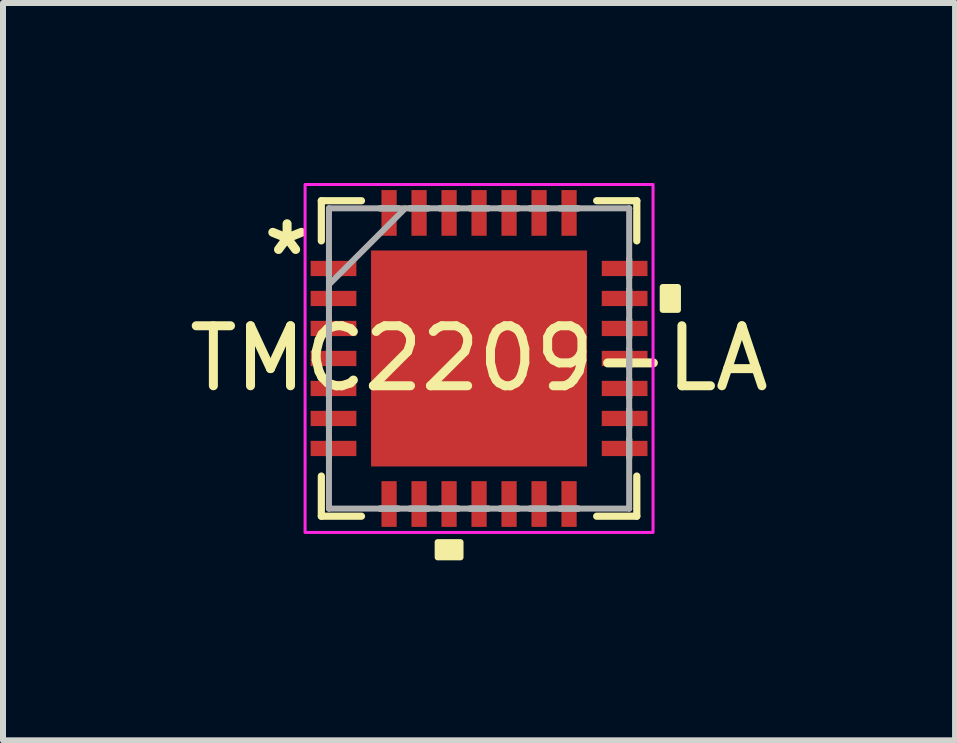
<source format=kicad_pcb>
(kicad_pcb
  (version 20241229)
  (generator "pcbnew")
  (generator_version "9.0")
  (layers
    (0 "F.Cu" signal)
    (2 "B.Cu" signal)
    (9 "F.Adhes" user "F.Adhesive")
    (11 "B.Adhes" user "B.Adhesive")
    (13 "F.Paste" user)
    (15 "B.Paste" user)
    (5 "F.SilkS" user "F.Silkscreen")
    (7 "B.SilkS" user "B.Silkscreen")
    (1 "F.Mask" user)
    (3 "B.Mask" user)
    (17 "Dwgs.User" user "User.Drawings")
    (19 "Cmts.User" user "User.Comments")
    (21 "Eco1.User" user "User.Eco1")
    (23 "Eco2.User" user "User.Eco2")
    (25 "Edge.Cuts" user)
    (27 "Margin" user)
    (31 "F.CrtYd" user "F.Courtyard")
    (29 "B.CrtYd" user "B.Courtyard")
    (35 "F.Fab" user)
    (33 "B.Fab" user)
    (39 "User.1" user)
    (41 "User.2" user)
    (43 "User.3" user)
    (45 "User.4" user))
  (footprint "TMC2209-LA"
    (layer "F.Cu")
    (at 4.935 2.925)
    (property "Reference" "TMC2209-LA" (at 0 0 0) (layer "F.SilkS") (effects (font (size 1 1) (thickness 0.15))))
    (attr smd)
    (fp_line (start -2.629 -2.629) (end -2.629 -1.96) (stroke (width 0.12) (type solid)) (layer "F.SilkS"))
    (fp_line (start -2.629 1.96) (end -2.629 2.629) (stroke (width 0.12) (type solid)) (layer "F.SilkS"))
    (fp_line (start -2.629 2.629) (end -1.96 2.629) (stroke (width 0.12) (type solid)) (layer "F.SilkS"))
    (fp_line (start -1.96 -2.629) (end -2.629 -2.629) (stroke (width 0.12) (type solid)) (layer "F.SilkS"))
    (fp_line (start 1.96 2.629) (end 2.629 2.629) (stroke (width 0.12) (type solid)) (layer "F.SilkS"))
    (fp_line (start 2.629 -2.629) (end 1.96 -2.629) (stroke (width 0.12) (type solid)) (layer "F.SilkS"))
    (fp_line (start 2.629 -1.96) (end 2.629 -2.629) (stroke (width 0.12) (type solid)) (layer "F.SilkS"))
    (fp_line (start 2.629 2.629) (end 2.629 1.96) (stroke (width 0.12) (type solid)) (layer "F.SilkS"))
    (fp_poly (pts (xy -0.69 3.061) (xy -0.69 3.315) (xy -0.309 3.315) (xy -0.309 3.061)) (stroke (width 0.1) (type solid)) (fill yes) (layer "F.SilkS"))
    (fp_poly (pts (xy 3.315 -1.191) (xy 3.315 -0.81) (xy 3.061 -0.81) (xy 3.061 -1.191)) (stroke (width 0.1) (type solid)) (fill yes) (layer "F.SilkS"))
    (fp_rect (start -1.5 -1.5) (end -0.7 -0.7) (stroke (width 0.12) (type solid)) (fill yes) (layer "F.Paste"))
    (fp_rect (start -1.5 -0.4) (end -0.7 0.4) (stroke (width 0.12) (type solid)) (fill yes) (layer "F.Paste"))
    (fp_rect (start -1.5 0.7) (end -0.7 1.5) (stroke (width 0.12) (type solid)) (fill yes) (layer "F.Paste"))
    (fp_rect (start -0.4 -1.5) (end 0.4 -0.7) (stroke (width 0.12) (type solid)) (fill yes) (layer "F.Paste"))
    (fp_rect (start -0.4 -0.4) (end 0.4 0.4) (stroke (width 0.12) (type solid)) (fill yes) (layer "F.Paste"))
    (fp_rect (start -0.4 0.7) (end 0.4 1.5) (stroke (width 0.12) (type solid)) (fill yes) (layer "F.Paste"))
    (fp_rect (start 0.7 -1.5) (end 1.5 -0.7) (stroke (width 0.12) (type solid)) (fill yes) (layer "F.Paste"))
    (fp_rect (start 0.7 -0.4) (end 1.5 0.4) (stroke (width 0.12) (type solid)) (fill yes) (layer "F.Paste"))
    (fp_rect (start 0.7 0.7) (end 1.5 1.5) (stroke (width 0.12) (type solid)) (fill yes) (layer "F.Paste"))
    (fp_rect (start -2.9 -2.9) (end 2.9 2.9) (stroke (width 0.05) (type solid)) (fill no) (layer "F.CrtYd"))
    (fp_line (start -2.502 -2.502) (end -2.502 -2.502) (stroke (width 0.1) (type solid)) (layer "F.Fab"))
    (fp_line (start -2.502 -2.502) (end -2.502 2.502) (stroke (width 0.1) (type solid)) (layer "F.Fab"))
    (fp_line (start -2.502 -1.652) (end -2.502 -1.652) (stroke (width 0.1) (type solid)) (layer "F.Fab"))
    (fp_line (start -2.502 -1.652) (end -2.502 -1.348) (stroke (width 0.1) (type solid)) (layer "F.Fab"))
    (fp_line (start -2.502 -1.348) (end -2.502 -1.652) (stroke (width 0.1) (type solid)) (layer "F.Fab"))
    (fp_line (start -2.502 -1.348) (end -2.502 -1.348) (stroke (width 0.1) (type solid)) (layer "F.Fab"))
    (fp_line (start -2.502 -1.232) (end -1.232 -2.502) (stroke (width 0.1) (type solid)) (layer "F.Fab"))
    (fp_line (start -2.502 -1.152) (end -2.502 -1.152) (stroke (width 0.1) (type solid)) (layer "F.Fab"))
    (fp_line (start -2.502 -1.152) (end -2.502 -0.848) (stroke (width 0.1) (type solid)) (layer "F.Fab"))
    (fp_line (start -2.502 -0.848) (end -2.502 -1.152) (stroke (width 0.1) (type solid)) (layer "F.Fab"))
    (fp_line (start -2.502 -0.848) (end -2.502 -0.848) (stroke (width 0.1) (type solid)) (layer "F.Fab"))
    (fp_line (start -2.502 -0.652) (end -2.502 -0.652) (stroke (width 0.1) (type solid)) (layer "F.Fab"))
    (fp_line (start -2.502 -0.652) (end -2.502 -0.348) (stroke (width 0.1) (type solid)) (layer "F.Fab"))
    (fp_line (start -2.502 -0.348) (end -2.502 -0.652) (stroke (width 0.1) (type solid)) (layer "F.Fab"))
    (fp_line (start -2.502 -0.348) (end -2.502 -0.348) (stroke (width 0.1) (type solid)) (layer "F.Fab"))
    (fp_line (start -2.502 -0.152) (end -2.502 -0.152) (stroke (width 0.1) (type solid)) (layer "F.Fab"))
    (fp_line (start -2.502 -0.152) (end -2.502 0.152) (stroke (width 0.1) (type solid)) (layer "F.Fab"))
    (fp_line (start -2.502 0.152) (end -2.502 -0.152) (stroke (width 0.1) (type solid)) (layer "F.Fab"))
    (fp_line (start -2.502 0.152) (end -2.502 0.152) (stroke (width 0.1) (type solid)) (layer "F.Fab"))
    (fp_line (start -2.502 0.348) (end -2.502 0.348) (stroke (width 0.1) (type solid)) (layer "F.Fab"))
    (fp_line (start -2.502 0.348) (end -2.502 0.652) (stroke (width 0.1) (type solid)) (layer "F.Fab"))
    (fp_line (start -2.502 0.652) (end -2.502 0.348) (stroke (width 0.1) (type solid)) (layer "F.Fab"))
    (fp_line (start -2.502 0.652) (end -2.502 0.652) (stroke (width 0.1) (type solid)) (layer "F.Fab"))
    (fp_line (start -2.502 0.848) (end -2.502 0.848) (stroke (width 0.1) (type solid)) (layer "F.Fab"))
    (fp_line (start -2.502 0.848) (end -2.502 1.152) (stroke (width 0.1) (type solid)) (layer "F.Fab"))
    (fp_line (start -2.502 1.152) (end -2.502 0.848) (stroke (width 0.1) (type solid)) (layer "F.Fab"))
    (fp_line (start -2.502 1.152) (end -2.502 1.152) (stroke (width 0.1) (type solid)) (layer "F.Fab"))
    (fp_line (start -2.502 1.348) (end -2.502 1.348) (stroke (width 0.1) (type solid)) (layer "F.Fab"))
    (fp_line (start -2.502 1.348) (end -2.502 1.652) (stroke (width 0.1) (type solid)) (layer "F.Fab"))
    (fp_line (start -2.502 1.652) (end -2.502 1.348) (stroke (width 0.1) (type solid)) (layer "F.Fab"))
    (fp_line (start -2.502 1.652) (end -2.502 1.652) (stroke (width 0.1) (type solid)) (layer "F.Fab"))
    (fp_line (start -2.502 2.502) (end -2.502 2.502) (stroke (width 0.1) (type solid)) (layer "F.Fab"))
    (fp_line (start -2.502 2.502) (end 2.502 2.502) (stroke (width 0.1) (type solid)) (layer "F.Fab"))
    (fp_line (start -1.652 -2.502) (end -1.652 -2.502) (stroke (width 0.1) (type solid)) (layer "F.Fab"))
    (fp_line (start -1.652 -2.502) (end -1.348 -2.502) (stroke (width 0.1) (type solid)) (layer "F.Fab"))
    (fp_line (start -1.652 2.502) (end -1.652 2.502) (stroke (width 0.1) (type solid)) (layer "F.Fab"))
    (fp_line (start -1.652 2.502) (end -1.348 2.502) (stroke (width 0.1) (type solid)) (layer "F.Fab"))
    (fp_line (start -1.348 -2.502) (end -1.652 -2.502) (stroke (width 0.1) (type solid)) (layer "F.Fab"))
    (fp_line (start -1.348 -2.502) (end -1.348 -2.502) (stroke (width 0.1) (type solid)) (layer "F.Fab"))
    (fp_line (start -1.348 2.502) (end -1.652 2.502) (stroke (width 0.1) (type solid)) (layer "F.Fab"))
    (fp_line (start -1.348 2.502) (end -1.348 2.502) (stroke (width 0.1) (type solid)) (layer "F.Fab"))
    (fp_line (start -1.152 -2.502) (end -1.152 -2.502) (stroke (width 0.1) (type solid)) (layer "F.Fab"))
    (fp_line (start -1.152 -2.502) (end -0.848 -2.502) (stroke (width 0.1) (type solid)) (layer "F.Fab"))
    (fp_line (start -1.152 2.502) (end -1.152 2.502) (stroke (width 0.1) (type solid)) (layer "F.Fab"))
    (fp_line (start -1.152 2.502) (end -0.848 2.502) (stroke (width 0.1) (type solid)) (layer "F.Fab"))
    (fp_line (start -0.848 -2.502) (end -1.152 -2.502) (stroke (width 0.1) (type solid)) (layer "F.Fab"))
    (fp_line (start -0.848 -2.502) (end -0.848 -2.502) (stroke (width 0.1) (type solid)) (layer "F.Fab"))
    (fp_line (start -0.848 2.502) (end -1.152 2.502) (stroke (width 0.1) (type solid)) (layer "F.Fab"))
    (fp_line (start -0.848 2.502) (end -0.848 2.502) (stroke (width 0.1) (type solid)) (layer "F.Fab"))
    (fp_line (start -0.652 -2.502) (end -0.652 -2.502) (stroke (width 0.1) (type solid)) (layer "F.Fab"))
    (fp_line (start -0.652 -2.502) (end -0.348 -2.502) (stroke (width 0.1) (type solid)) (layer "F.Fab"))
    (fp_line (start -0.652 2.502) (end -0.652 2.502) (stroke (width 0.1) (type solid)) (layer "F.Fab"))
    (fp_line (start -0.652 2.502) (end -0.348 2.502) (stroke (width 0.1) (type solid)) (layer "F.Fab"))
    (fp_line (start -0.348 -2.502) (end -0.652 -2.502) (stroke (width 0.1) (type solid)) (layer "F.Fab"))
    (fp_line (start -0.348 -2.502) (end -0.348 -2.502) (stroke (width 0.1) (type solid)) (layer "F.Fab"))
    (fp_line (start -0.348 2.502) (end -0.652 2.502) (stroke (width 0.1) (type solid)) (layer "F.Fab"))
    (fp_line (start -0.348 2.502) (end -0.348 2.502) (stroke (width 0.1) (type solid)) (layer "F.Fab"))
    (fp_line (start -0.152 -2.502) (end -0.152 -2.502) (stroke (width 0.1) (type solid)) (layer "F.Fab"))
    (fp_line (start -0.152 -2.502) (end 0.152 -2.502) (stroke (width 0.1) (type solid)) (layer "F.Fab"))
    (fp_line (start -0.152 2.502) (end -0.152 2.502) (stroke (width 0.1) (type solid)) (layer "F.Fab"))
    (fp_line (start -0.152 2.502) (end 0.152 2.502) (stroke (width 0.1) (type solid)) (layer "F.Fab"))
    (fp_line (start 0.152 -2.502) (end -0.152 -2.502) (stroke (width 0.1) (type solid)) (layer "F.Fab"))
    (fp_line (start 0.152 -2.502) (end 0.152 -2.502) (stroke (width 0.1) (type solid)) (layer "F.Fab"))
    (fp_line (start 0.152 2.502) (end -0.152 2.502) (stroke (width 0.1) (type solid)) (layer "F.Fab"))
    (fp_line (start 0.152 2.502) (end 0.152 2.502) (stroke (width 0.1) (type solid)) (layer "F.Fab"))
    (fp_line (start 0.348 -2.502) (end 0.348 -2.502) (stroke (width 0.1) (type solid)) (layer "F.Fab"))
    (fp_line (start 0.348 -2.502) (end 0.652 -2.502) (stroke (width 0.1) (type solid)) (layer "F.Fab"))
    (fp_line (start 0.348 2.502) (end 0.348 2.502) (stroke (width 0.1) (type solid)) (layer "F.Fab"))
    (fp_line (start 0.348 2.502) (end 0.652 2.502) (stroke (width 0.1) (type solid)) (layer "F.Fab"))
    (fp_line (start 0.652 -2.502) (end 0.348 -2.502) (stroke (width 0.1) (type solid)) (layer "F.Fab"))
    (fp_line (start 0.652 -2.502) (end 0.652 -2.502) (stroke (width 0.1) (type solid)) (layer "F.Fab"))
    (fp_line (start 0.652 2.502) (end 0.348 2.502) (stroke (width 0.1) (type solid)) (layer "F.Fab"))
    (fp_line (start 0.652 2.502) (end 0.652 2.502) (stroke (width 0.1) (type solid)) (layer "F.Fab"))
    (fp_line (start 0.848 -2.502) (end 0.848 -2.502) (stroke (width 0.1) (type solid)) (layer "F.Fab"))
    (fp_line (start 0.848 -2.502) (end 1.152 -2.502) (stroke (width 0.1) (type solid)) (layer "F.Fab"))
    (fp_line (start 0.848 2.502) (end 0.848 2.502) (stroke (width 0.1) (type solid)) (layer "F.Fab"))
    (fp_line (start 0.848 2.502) (end 1.152 2.502) (stroke (width 0.1) (type solid)) (layer "F.Fab"))
    (fp_line (start 1.152 -2.502) (end 0.848 -2.502) (stroke (width 0.1) (type solid)) (layer "F.Fab"))
    (fp_line (start 1.152 -2.502) (end 1.152 -2.502) (stroke (width 0.1) (type solid)) (layer "F.Fab"))
    (fp_line (start 1.152 2.502) (end 0.848 2.502) (stroke (width 0.1) (type solid)) (layer "F.Fab"))
    (fp_line (start 1.152 2.502) (end 1.152 2.502) (stroke (width 0.1) (type solid)) (layer "F.Fab"))
    (fp_line (start 1.348 -2.502) (end 1.348 -2.502) (stroke (width 0.1) (type solid)) (layer "F.Fab"))
    (fp_line (start 1.348 -2.502) (end 1.652 -2.502) (stroke (width 0.1) (type solid)) (layer "F.Fab"))
    (fp_line (start 1.348 2.502) (end 1.348 2.502) (stroke (width 0.1) (type solid)) (layer "F.Fab"))
    (fp_line (start 1.348 2.502) (end 1.652 2.502) (stroke (width 0.1) (type solid)) (layer "F.Fab"))
    (fp_line (start 1.652 -2.502) (end 1.348 -2.502) (stroke (width 0.1) (type solid)) (layer "F.Fab"))
    (fp_line (start 1.652 -2.502) (end 1.652 -2.502) (stroke (width 0.1) (type solid)) (layer "F.Fab"))
    (fp_line (start 1.652 2.502) (end 1.348 2.502) (stroke (width 0.1) (type solid)) (layer "F.Fab"))
    (fp_line (start 1.652 2.502) (end 1.652 2.502) (stroke (width 0.1) (type solid)) (layer "F.Fab"))
    (fp_line (start 2.502 -2.502) (end -2.502 -2.502) (stroke (width 0.1) (type solid)) (layer "F.Fab"))
    (fp_line (start 2.502 -2.502) (end 2.502 -2.502) (stroke (width 0.1) (type solid)) (layer "F.Fab"))
    (fp_line (start 2.502 -1.652) (end 2.502 -1.652) (stroke (width 0.1) (type solid)) (layer "F.Fab"))
    (fp_line (start 2.502 -1.652) (end 2.502 -1.348) (stroke (width 0.1) (type solid)) (layer "F.Fab"))
    (fp_line (start 2.502 -1.348) (end 2.502 -1.652) (stroke (width 0.1) (type solid)) (layer "F.Fab"))
    (fp_line (start 2.502 -1.348) (end 2.502 -1.348) (stroke (width 0.1) (type solid)) (layer "F.Fab"))
    (fp_line (start 2.502 -1.152) (end 2.502 -1.152) (stroke (width 0.1) (type solid)) (layer "F.Fab"))
    (fp_line (start 2.502 -1.152) (end 2.502 -0.848) (stroke (width 0.1) (type solid)) (layer "F.Fab"))
    (fp_line (start 2.502 -0.848) (end 2.502 -1.152) (stroke (width 0.1) (type solid)) (layer "F.Fab"))
    (fp_line (start 2.502 -0.848) (end 2.502 -0.848) (stroke (width 0.1) (type solid)) (layer "F.Fab"))
    (fp_line (start 2.502 -0.652) (end 2.502 -0.652) (stroke (width 0.1) (type solid)) (layer "F.Fab"))
    (fp_line (start 2.502 -0.652) (end 2.502 -0.348) (stroke (width 0.1) (type solid)) (layer "F.Fab"))
    (fp_line (start 2.502 -0.348) (end 2.502 -0.652) (stroke (width 0.1) (type solid)) (layer "F.Fab"))
    (fp_line (start 2.502 -0.348) (end 2.502 -0.348) (stroke (width 0.1) (type solid)) (layer "F.Fab"))
    (fp_line (start 2.502 -0.152) (end 2.502 -0.152) (stroke (width 0.1) (type solid)) (layer "F.Fab"))
    (fp_line (start 2.502 -0.152) (end 2.502 0.152) (stroke (width 0.1) (type solid)) (layer "F.Fab"))
    (fp_line (start 2.502 0.152) (end 2.502 -0.152) (stroke (width 0.1) (type solid)) (layer "F.Fab"))
    (fp_line (start 2.502 0.152) (end 2.502 0.152) (stroke (width 0.1) (type solid)) (layer "F.Fab"))
    (fp_line (start 2.502 0.348) (end 2.502 0.348) (stroke (width 0.1) (type solid)) (layer "F.Fab"))
    (fp_line (start 2.502 0.348) (end 2.502 0.652) (stroke (width 0.1) (type solid)) (layer "F.Fab"))
    (fp_line (start 2.502 0.652) (end 2.502 0.348) (stroke (width 0.1) (type solid)) (layer "F.Fab"))
    (fp_line (start 2.502 0.652) (end 2.502 0.652) (stroke (width 0.1) (type solid)) (layer "F.Fab"))
    (fp_line (start 2.502 0.848) (end 2.502 0.848) (stroke (width 0.1) (type solid)) (layer "F.Fab"))
    (fp_line (start 2.502 0.848) (end 2.502 1.152) (stroke (width 0.1) (type solid)) (layer "F.Fab"))
    (fp_line (start 2.502 1.152) (end 2.502 0.848) (stroke (width 0.1) (type solid)) (layer "F.Fab"))
    (fp_line (start 2.502 1.152) (end 2.502 1.152) (stroke (width 0.1) (type solid)) (layer "F.Fab"))
    (fp_line (start 2.502 1.348) (end 2.502 1.348) (stroke (width 0.1) (type solid)) (layer "F.Fab"))
    (fp_line (start 2.502 1.348) (end 2.502 1.652) (stroke (width 0.1) (type solid)) (layer "F.Fab"))
    (fp_line (start 2.502 1.652) (end 2.502 1.348) (stroke (width 0.1) (type solid)) (layer "F.Fab"))
    (fp_line (start 2.502 1.652) (end 2.502 1.652) (stroke (width 0.1) (type solid)) (layer "F.Fab"))
    (fp_line (start 2.502 2.502) (end 2.502 -2.502) (stroke (width 0.1) (type solid)) (layer "F.Fab"))
    (fp_line (start 2.502 2.502) (end 2.502 2.502) (stroke (width 0.1) (type solid)) (layer "F.Fab"))
    (fp_text user "*" (at -3.2 -1.7 0) (layer "F.SilkS") (effects (font (size 1 1) (thickness 0.15))))
    (pad "1" smd rect (at -2.426 -1.5 90) (size 0.254 0.762) (layers "F.Cu" "F.Mask" "F.Paste"))
    (pad "2" smd rect (at -2.426 -1 90) (size 0.254 0.762) (layers "F.Cu" "F.Mask" "F.Paste"))
    (pad "3" smd rect (at -2.426 -0.5 90) (size 0.254 0.762) (layers "F.Cu" "F.Mask" "F.Paste"))
    (pad "4" smd rect (at -2.426 0 90) (size 0.254 0.762) (layers "F.Cu" "F.Mask" "F.Paste"))
    (pad "5" smd rect (at -2.426 0.5 90) (size 0.254 0.762) (layers "F.Cu" "F.Mask" "F.Paste"))
    (pad "6" smd rect (at -2.426 1 90) (size 0.254 0.762) (layers "F.Cu" "F.Mask" "F.Paste"))
    (pad "7" smd rect (at -2.426 1.5 90) (size 0.254 0.762) (layers "F.Cu" "F.Mask" "F.Paste"))
    (pad "8" smd rect (at -1.5 2.426) (size 0.254 0.762) (layers "F.Cu" "F.Mask" "F.Paste"))
    (pad "9" smd rect (at -1 2.426) (size 0.254 0.762) (layers "F.Cu" "F.Mask" "F.Paste"))
    (pad "10" smd rect (at -0.5 2.426) (size 0.254 0.762) (layers "F.Cu" "F.Mask" "F.Paste"))
    (pad "11" smd rect (at 0 2.426) (size 0.254 0.762) (layers "F.Cu" "F.Mask" "F.Paste"))
    (pad "12" smd rect (at 0.5 2.426) (size 0.254 0.762) (layers "F.Cu" "F.Mask" "F.Paste"))
    (pad "13" smd rect (at 1 2.426) (size 0.254 0.762) (layers "F.Cu" "F.Mask" "F.Paste"))
    (pad "14" smd rect (at 1.5 2.426) (size 0.254 0.762) (layers "F.Cu" "F.Mask" "F.Paste"))
    (pad "15" smd rect (at 2.426 1.5 90) (size 0.254 0.762) (layers "F.Cu" "F.Mask" "F.Paste"))
    (pad "16" smd rect (at 2.426 1 90) (size 0.254 0.762) (layers "F.Cu" "F.Mask" "F.Paste"))
    (pad "17" smd rect (at 2.426 0.5 90) (size 0.254 0.762) (layers "F.Cu" "F.Mask" "F.Paste"))
    (pad "18" smd rect (at 2.426 0 90) (size 0.254 0.762) (layers "F.Cu" "F.Mask" "F.Paste"))
    (pad "19" smd rect (at 2.426 -0.5 90) (size 0.254 0.762) (layers "F.Cu" "F.Mask" "F.Paste"))
    (pad "20" smd rect (at 2.426 -1 90) (size 0.254 0.762) (layers "F.Cu" "F.Mask" "F.Paste"))
    (pad "21" smd rect (at 2.426 -1.5 90) (size 0.254 0.762) (layers "F.Cu" "F.Mask" "F.Paste"))
    (pad "22" smd rect (at 1.5 -2.426) (size 0.254 0.762) (layers "F.Cu" "F.Mask" "F.Paste"))
    (pad "23" smd rect (at 1 -2.426) (size 0.254 0.762) (layers "F.Cu" "F.Mask" "F.Paste"))
    (pad "24" smd rect (at 0.5 -2.426) (size 0.254 0.762) (layers "F.Cu" "F.Mask" "F.Paste"))
    (pad "25" smd rect (at 0 -2.426) (size 0.254 0.762) (layers "F.Cu" "F.Mask" "F.Paste"))
    (pad "26" smd rect (at -0.5 -2.426) (size 0.254 0.762) (layers "F.Cu" "F.Mask" "F.Paste"))
    (pad "27" smd rect (at -1 -2.426) (size 0.254 0.762) (layers "F.Cu" "F.Mask" "F.Paste"))
    (pad "28" smd rect (at -1.5 -2.426) (size 0.254 0.762) (layers "F.Cu" "F.Mask" "F.Paste"))
    (pad "29" smd rect (at 0 0) (size 3.6 3.6) (layers "F.Cu" "F.Mask")))
  (gr_rect
    (start -3 -3)
    (end 12.869 9.29)
    (stroke (width 0.1) (type default))
    (fill no)
    (layer "Edge.Cuts")))
</source>
